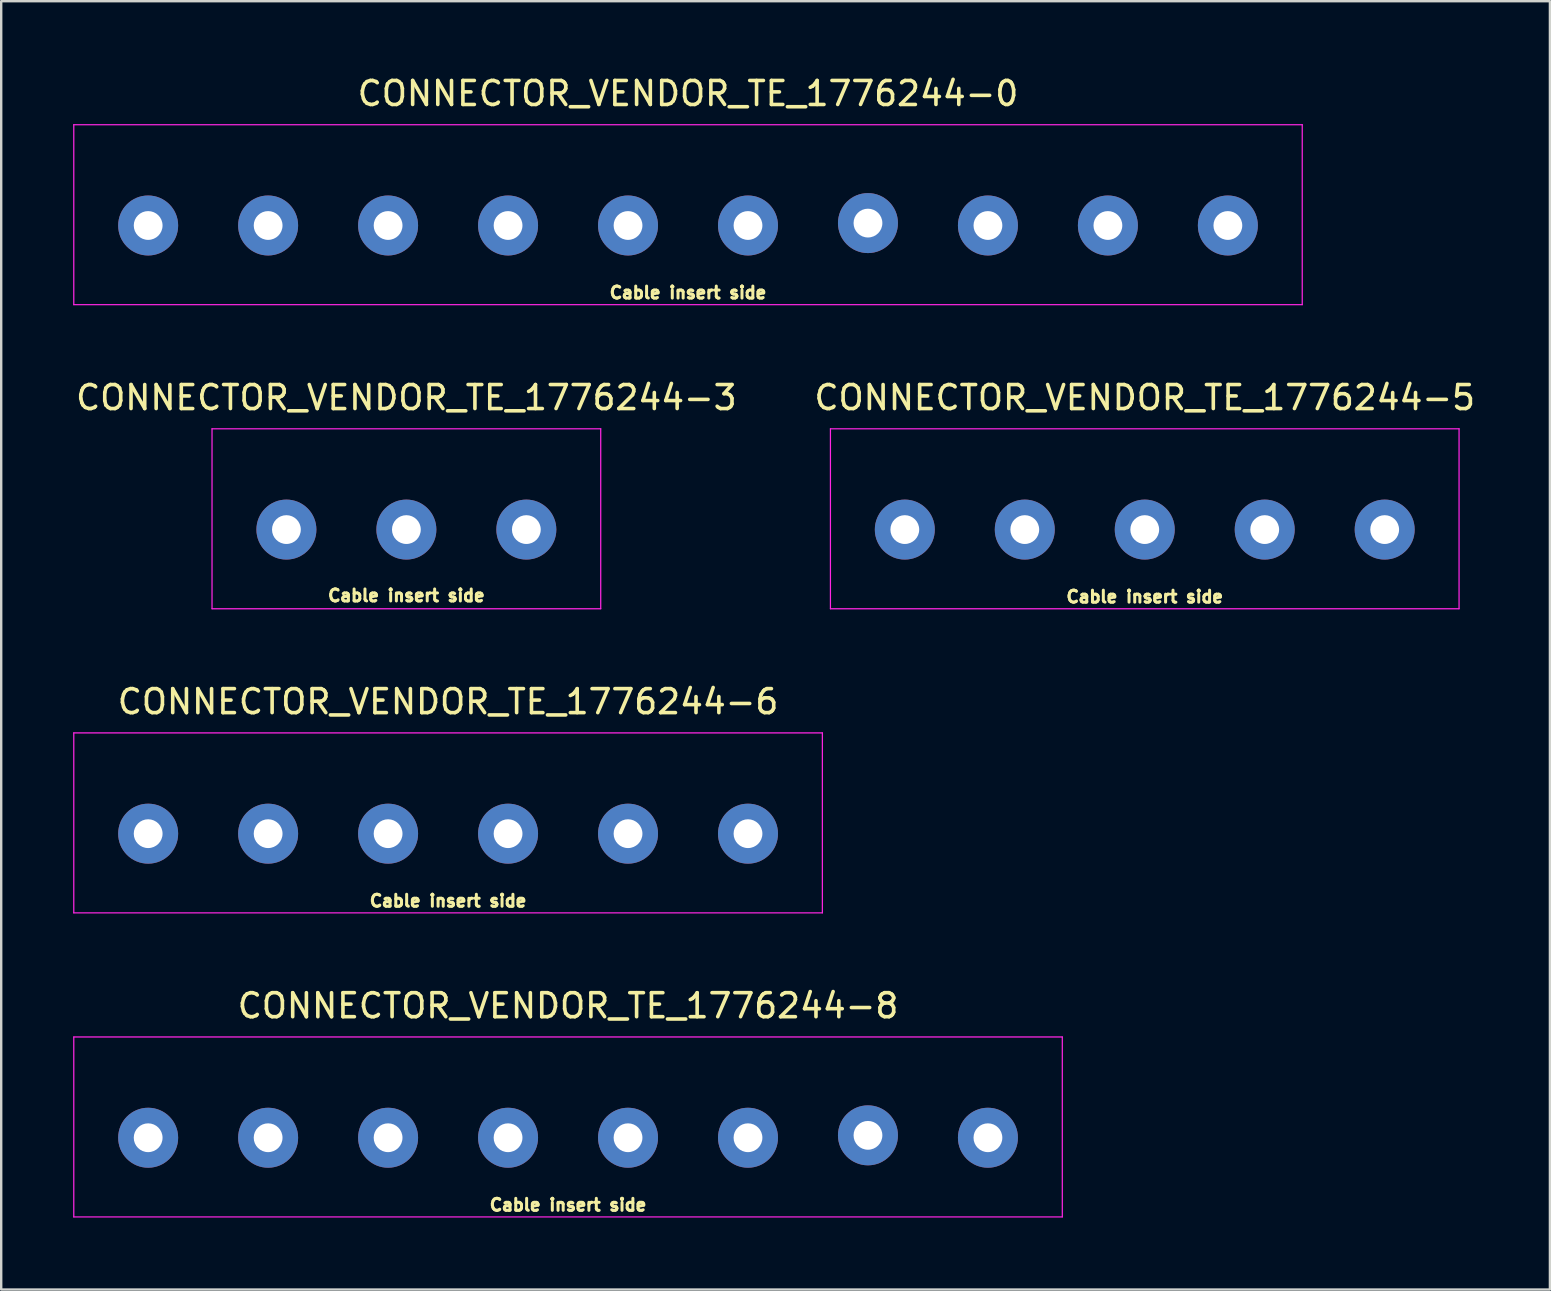
<source format=kicad_pcb>
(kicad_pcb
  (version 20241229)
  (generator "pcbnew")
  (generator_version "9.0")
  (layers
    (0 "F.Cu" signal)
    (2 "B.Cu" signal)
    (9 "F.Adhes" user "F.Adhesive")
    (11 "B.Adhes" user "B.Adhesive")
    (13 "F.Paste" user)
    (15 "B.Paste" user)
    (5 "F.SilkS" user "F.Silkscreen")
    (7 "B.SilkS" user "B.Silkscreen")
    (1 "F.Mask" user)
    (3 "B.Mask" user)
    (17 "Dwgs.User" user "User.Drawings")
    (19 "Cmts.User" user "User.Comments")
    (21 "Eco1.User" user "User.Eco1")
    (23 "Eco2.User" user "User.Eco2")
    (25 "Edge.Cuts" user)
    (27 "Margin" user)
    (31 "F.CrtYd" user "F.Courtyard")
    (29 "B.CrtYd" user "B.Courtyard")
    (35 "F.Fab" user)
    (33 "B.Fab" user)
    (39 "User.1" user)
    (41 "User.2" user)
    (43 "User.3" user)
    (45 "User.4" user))
  (footprint "CONNECTOR_VENDOR_TE_1776244-6"
    (layer "F.Cu")
    (at 15.625 31.696)
    (property "Reference" "CONNECTOR_VENDOR_TE_1776244-6" (at 0 -5.5 0) (layer "F.SilkS") (effects (font (size 1 1) (thickness 0.15))))
    (attr through_hole)
    (fp_line (start -15.6 -4.2) (end 15.6 -4.2) (stroke (width 0.051) (type solid)) (layer "F.CrtYd"))
    (fp_line (start -15.6 3.3) (end -15.6 -4.2) (stroke (width 0.051) (type solid)) (layer "F.CrtYd"))
    (fp_line (start -15.6 3.3) (end 15.6 3.3) (stroke (width 0.051) (type solid)) (layer "F.CrtYd"))
    (fp_line (start 15.6 -4.2) (end 15.6 3.3) (stroke (width 0.051) (type solid)) (layer "F.CrtYd"))
    (fp_text user "Cable insert side" (at 0 2.8 0) (layer "F.SilkS") (effects (font (size 0.5 0.5) (thickness 0.125))))
    (pad "1" thru_hole circle (at -12.5 0) (size 2.5 2.5) (drill 1.2) (layers "*.Cu" "*.Mask"))
    (pad "2" thru_hole circle (at -7.5 0) (size 2.5 2.5) (drill 1.2) (layers "*.Cu" "*.Mask"))
    (pad "3" thru_hole circle (at -2.5 0) (size 2.5 2.5) (drill 1.2) (layers "*.Cu" "*.Mask"))
    (pad "4" thru_hole circle (at 2.5 0) (size 2.5 2.5) (drill 1.2) (layers "*.Cu" "*.Mask"))
    (pad "5" thru_hole circle (at 7.5 0) (size 2.5 2.5) (drill 1.2) (layers "*.Cu" "*.Mask"))
    (pad "6" thru_hole circle (at 12.5 0) (size 2.5 2.5) (drill 1.2) (layers "*.Cu" "*.Mask")))
  (footprint "CONNECTOR_VENDOR_TE_1776244-3"
    (layer "F.Cu")
    (at 13.887 19.022)
    (property "Reference" "CONNECTOR_VENDOR_TE_1776244-3" (at 0 -5.5 0) (layer "F.SilkS") (effects (font (size 1 1) (thickness 0.15))))
    (attr through_hole)
    (fp_line (start -8.1 -4.2) (end 8.1 -4.2) (stroke (width 0.051) (type solid)) (layer "F.CrtYd"))
    (fp_line (start -8.1 3.3) (end -8.1 -4.2) (stroke (width 0.051) (type solid)) (layer "F.CrtYd"))
    (fp_line (start -8.1 3.3) (end 8.1 3.3) (stroke (width 0.051) (type solid)) (layer "F.CrtYd"))
    (fp_line (start 8.1 -4.2) (end 8.1 3.3) (stroke (width 0.051) (type solid)) (layer "F.CrtYd"))
    (fp_text user "Cable insert side" (at 0 2.75 0) (layer "F.SilkS") (effects (font (size 0.5 0.5) (thickness 0.125))))
    (pad "1" thru_hole circle (at -5 0) (size 2.5 2.5) (drill 1.2) (layers "*.Cu" "*.Mask"))
    (pad "2" thru_hole circle (at 0 0) (size 2.5 2.5) (drill 1.2) (layers "*.Cu" "*.Mask"))
    (pad "3" thru_hole circle (at 5 0) (size 2.5 2.5) (drill 1.2) (layers "*.Cu" "*.Mask")))
  (footprint "CONNECTOR_VENDOR_TE_1776244-8"
    (layer "F.Cu")
    (at 20.625 44.369)
    (property "Reference" "CONNECTOR_VENDOR_TE_1776244-8" (at 0 -5.5 0) (layer "F.SilkS") (effects (font (size 1 1) (thickness 0.15))))
    (attr through_hole)
    (fp_line (start -20.6 -4.2) (end 20.6 -4.2) (stroke (width 0.051) (type solid)) (layer "F.CrtYd"))
    (fp_line (start -20.6 3.3) (end -20.6 -4.2) (stroke (width 0.051) (type solid)) (layer "F.CrtYd"))
    (fp_line (start -20.6 3.3) (end 20.6 3.3) (stroke (width 0.051) (type solid)) (layer "F.CrtYd"))
    (fp_line (start 20.6 -4.2) (end 20.6 3.3) (stroke (width 0.051) (type solid)) (layer "F.CrtYd"))
    (fp_text user "Cable insert side" (at 0 2.8 0) (layer "F.SilkS") (effects (font (size 0.5 0.5) (thickness 0.125))))
    (pad "1" thru_hole circle (at -17.5 0) (size 2.5 2.5) (drill 1.2) (layers "*.Cu" "*.Mask"))
    (pad "2" thru_hole circle (at -12.5 0) (size 2.5 2.5) (drill 1.2) (layers "*.Cu" "*.Mask"))
    (pad "3" thru_hole circle (at -7.5 0) (size 2.5 2.5) (drill 1.2) (layers "*.Cu" "*.Mask"))
    (pad "4" thru_hole circle (at -2.5 0) (size 2.5 2.5) (drill 1.2) (layers "*.Cu" "*.Mask"))
    (pad "5" thru_hole circle (at 2.5 0) (size 2.5 2.5) (drill 1.2) (layers "*.Cu" "*.Mask"))
    (pad "6" thru_hole circle (at 7.5 0) (size 2.5 2.5) (drill 1.2) (layers "*.Cu" "*.Mask"))
    (pad "7" thru_hole circle (at 12.5 -0.1) (size 2.5 2.5) (drill 1.2) (layers "*.Cu" "*.Mask"))
    (pad "8" thru_hole circle (at 17.5 0) (size 2.5 2.5) (drill 1.2) (layers "*.Cu" "*.Mask")))
  (footprint "CONNECTOR_VENDOR_TE_1776244-5"
    (layer "F.Cu")
    (at 44.661 19.022)
    (property "Reference" "CONNECTOR_VENDOR_TE_1776244-5" (at 0 -5.5 0) (layer "F.SilkS") (effects (font (size 1 1) (thickness 0.15))))
    (attr through_hole)
    (fp_line (start -13.1 -4.2) (end 13.1 -4.2) (stroke (width 0.051) (type solid)) (layer "F.CrtYd"))
    (fp_line (start -13.1 3.3) (end -13.1 -4.2) (stroke (width 0.051) (type solid)) (layer "F.CrtYd"))
    (fp_line (start -13.1 3.3) (end 13.1 3.3) (stroke (width 0.051) (type solid)) (layer "F.CrtYd"))
    (fp_line (start 13.1 -4.2) (end 13.1 3.3) (stroke (width 0.051) (type solid)) (layer "F.CrtYd"))
    (fp_text user "Cable insert side" (at 0 2.8 0) (layer "F.SilkS") (effects (font (size 0.5 0.5) (thickness 0.125))))
    (pad "1" thru_hole circle (at -10 0) (size 2.5 2.5) (drill 1.2) (layers "*.Cu" "*.Mask"))
    (pad "2" thru_hole circle (at -5 0) (size 2.5 2.5) (drill 1.2) (layers "*.Cu" "*.Mask"))
    (pad "3" thru_hole circle (at 0 0) (size 2.5 2.5) (drill 1.2) (layers "*.Cu" "*.Mask"))
    (pad "4" thru_hole circle (at 5 0) (size 2.5 2.5) (drill 1.2) (layers "*.Cu" "*.Mask"))
    (pad "5" thru_hole circle (at 10 0) (size 2.5 2.5) (drill 1.2) (layers "*.Cu" "*.Mask")))
  (footprint "CONNECTOR_VENDOR_TE_1776244-0"
    (layer "F.Cu")
    (at 25.625 6.348)
    (property "Reference" "CONNECTOR_VENDOR_TE_1776244-0" (at 0 -5.5 0) (layer "F.SilkS") (effects (font (size 1 1) (thickness 0.15))))
    (attr through_hole)
    (fp_line (start -25.6 -4.2) (end 25.6 -4.2) (stroke (width 0.051) (type solid)) (layer "F.CrtYd"))
    (fp_line (start -25.6 3.3) (end -25.6 -4.2) (stroke (width 0.051) (type solid)) (layer "F.CrtYd"))
    (fp_line (start -25.6 3.3) (end 25.6 3.3) (stroke (width 0.051) (type solid)) (layer "F.CrtYd"))
    (fp_line (start 25.6 -4.2) (end 25.6 3.3) (stroke (width 0.051) (type solid)) (layer "F.CrtYd"))
    (fp_text user "Cable insert side" (at 0 2.8 0) (layer "F.SilkS") (effects (font (size 0.5 0.5) (thickness 0.125))))
    (pad "1" thru_hole circle (at -22.5 0) (size 2.5 2.5) (drill 1.2) (layers "*.Cu" "*.Mask"))
    (pad "2" thru_hole circle (at -17.5 0) (size 2.5 2.5) (drill 1.2) (layers "*.Cu" "*.Mask"))
    (pad "3" thru_hole circle (at -12.5 0) (size 2.5 2.5) (drill 1.2) (layers "*.Cu" "*.Mask"))
    (pad "4" thru_hole circle (at -7.5 0) (size 2.5 2.5) (drill 1.2) (layers "*.Cu" "*.Mask"))
    (pad "5" thru_hole circle (at -2.5 0) (size 2.5 2.5) (drill 1.2) (layers "*.Cu" "*.Mask"))
    (pad "6" thru_hole circle (at 2.5 0) (size 2.5 2.5) (drill 1.2) (layers "*.Cu" "*.Mask"))
    (pad "7" thru_hole circle (at 7.5 -0.1) (size 2.5 2.5) (drill 1.2) (layers "*.Cu" "*.Mask"))
    (pad "8" thru_hole circle (at 12.5 0) (size 2.5 2.5) (drill 1.2) (layers "*.Cu" "*.Mask"))
    (pad "9" thru_hole circle (at 17.5 0) (size 2.5 2.5) (drill 1.2) (layers "*.Cu" "*.Mask"))
    (pad "10" thru_hole circle (at 22.5 0) (size 2.5 2.5) (drill 1.2) (layers "*.Cu" "*.Mask")))
  (gr_rect
    (start -3 -3)
    (end 61.548 50.695)
    (stroke (width 0.1) (type default))
    (fill no)
    (layer "Edge.Cuts")))
</source>
